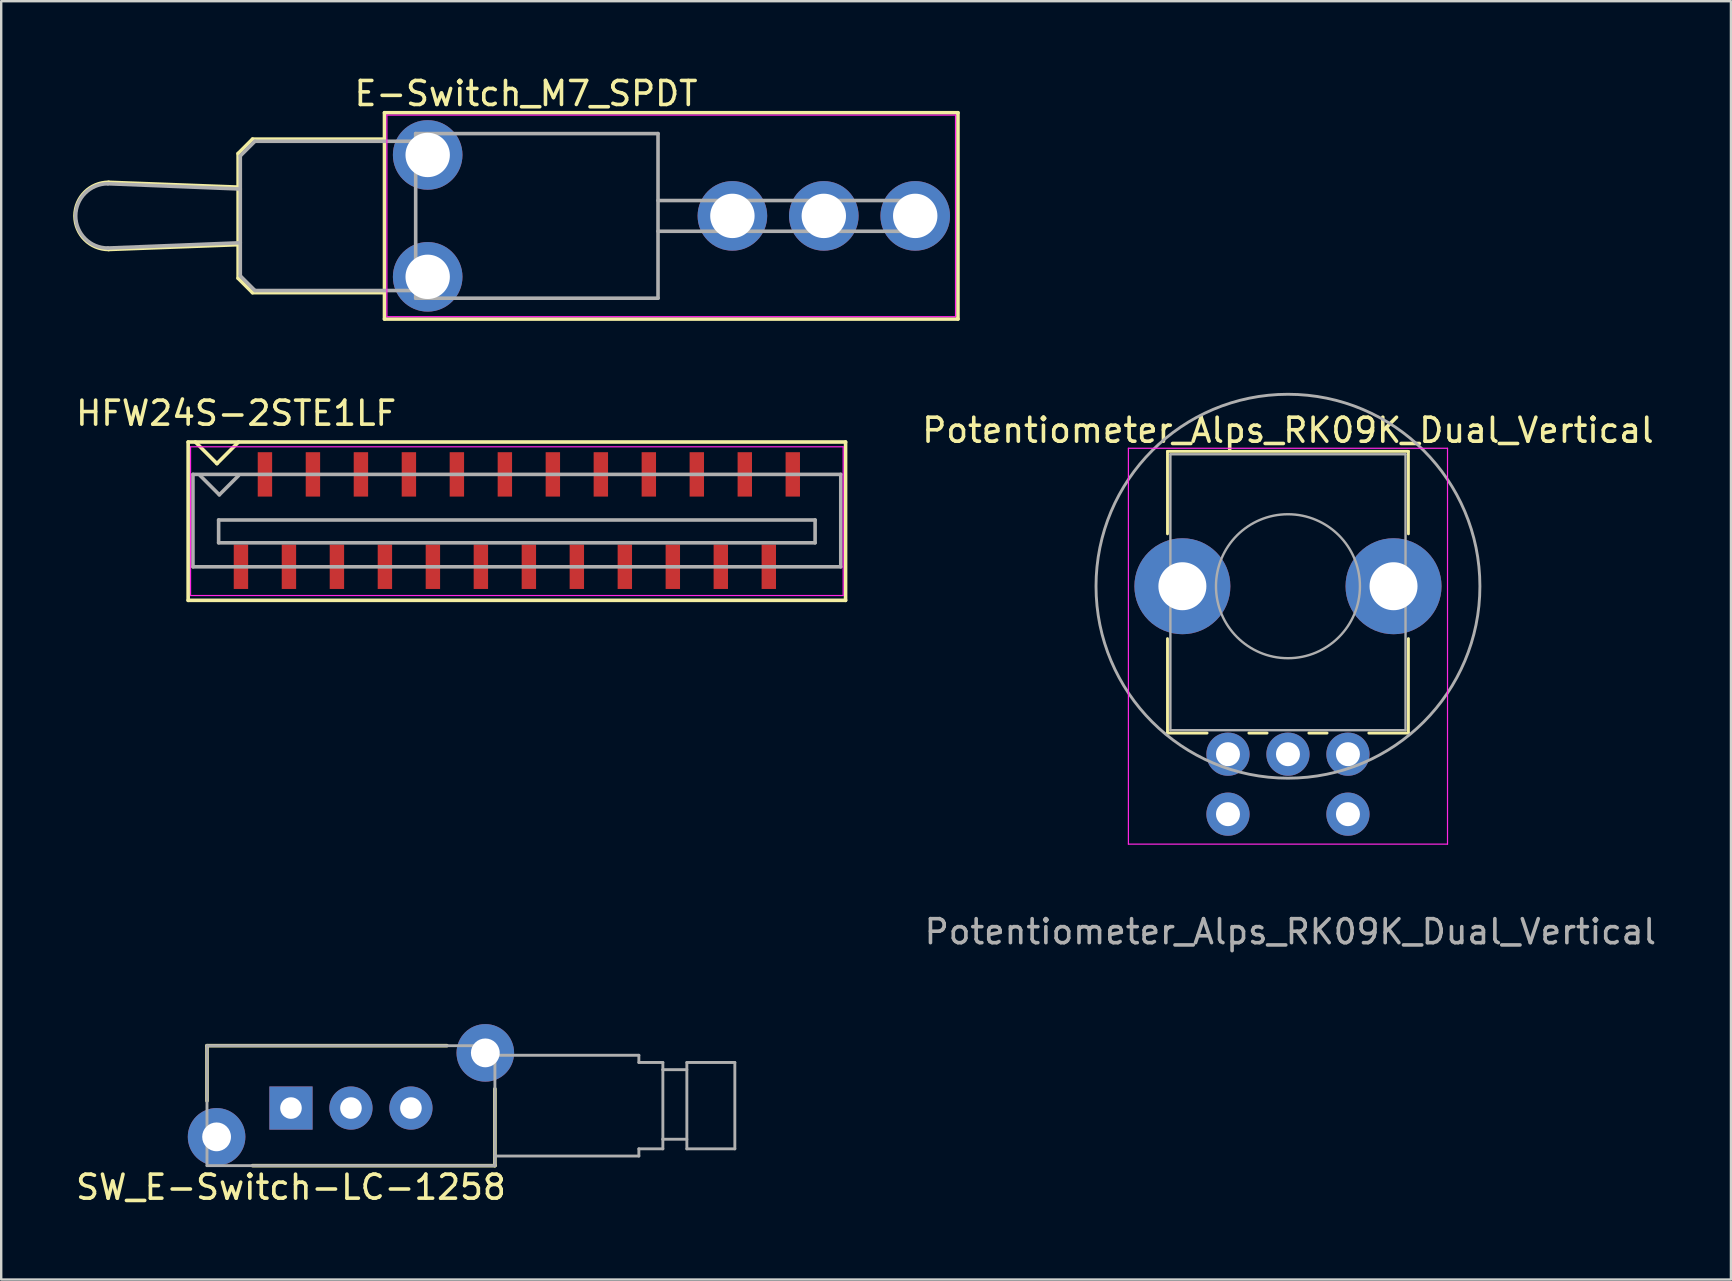
<source format=kicad_pcb>
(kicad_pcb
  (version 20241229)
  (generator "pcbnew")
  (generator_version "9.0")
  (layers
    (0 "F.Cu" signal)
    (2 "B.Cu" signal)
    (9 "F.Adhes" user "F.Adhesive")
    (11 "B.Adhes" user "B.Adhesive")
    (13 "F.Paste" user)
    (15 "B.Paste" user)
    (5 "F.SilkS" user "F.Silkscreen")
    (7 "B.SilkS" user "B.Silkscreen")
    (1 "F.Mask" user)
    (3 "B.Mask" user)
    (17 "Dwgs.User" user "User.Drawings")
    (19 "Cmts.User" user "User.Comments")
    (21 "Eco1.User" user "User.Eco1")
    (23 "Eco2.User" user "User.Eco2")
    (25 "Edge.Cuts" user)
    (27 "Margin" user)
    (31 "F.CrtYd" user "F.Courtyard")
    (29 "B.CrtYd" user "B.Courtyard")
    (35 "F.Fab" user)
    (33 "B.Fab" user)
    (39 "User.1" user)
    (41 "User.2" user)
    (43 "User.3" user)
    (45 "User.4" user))
  (footprint "E-Switch_M7_SPDT"
    (layer "F.Cu")
    (at 27.475 5.948)
    (property "Reference" "E-Switch_M7_SPDT" (at -8.6 -5.1 0) (layer "F.SilkS") (effects (font (size 1 1) (thickness 0.15))))
    (attr through_hole)
    (fp_line (start -20.6 -2.6) (end -20.6 2.6) (stroke (width 0.15) (type solid)) (layer "F.SilkS"))
    (fp_line (start -20.6 -2.6) (end -20 -3.2) (stroke (width 0.15) (type solid)) (layer "F.SilkS"))
    (fp_line (start -20.6 -1.2) (end -26 -1.4) (stroke (width 0.15) (type solid)) (layer "F.SilkS"))
    (fp_line (start -20.6 1.2) (end -26 1.4) (stroke (width 0.15) (type solid)) (layer "F.SilkS"))
    (fp_line (start -20 3.2) (end -20.6 2.6) (stroke (width 0.15) (type solid)) (layer "F.SilkS"))
    (fp_line (start -20 3.2) (end -14.5 3.2) (stroke (width 0.15) (type solid)) (layer "F.SilkS"))
    (fp_line (start -14.5 -4.3) (end 9.4 -4.3) (stroke (width 0.15) (type solid)) (layer "F.SilkS"))
    (fp_line (start -14.5 -3.2) (end -20 -3.2) (stroke (width 0.15) (type solid)) (layer "F.SilkS"))
    (fp_line (start -14.5 4.3) (end -14.5 -4.3) (stroke (width 0.15) (type solid)) (layer "F.SilkS"))
    (fp_line (start 9.4 -4.3) (end 9.4 4.3) (stroke (width 0.15) (type solid)) (layer "F.SilkS"))
    (fp_line (start 9.4 4.3) (end -14.5 4.3) (stroke (width 0.15) (type solid)) (layer "F.SilkS"))
    (fp_arc (start -26 1.4) (mid -27.4 0) (end -26 -1.4) (stroke (width 0.15) (type solid)) (layer "F.SilkS"))
    (fp_line (start -14.4 -4.2) (end -14.4 4.2) (stroke (width 0.05) (type solid)) (layer "F.CrtYd"))
    (fp_line (start -14.4 4.2) (end 9.3 4.2) (stroke (width 0.05) (type solid)) (layer "F.CrtYd"))
    (fp_line (start 9.3 -4.2) (end -14.4 -4.2) (stroke (width 0.05) (type solid)) (layer "F.CrtYd"))
    (fp_line (start 9.3 4.2) (end 9.3 -4.2) (stroke (width 0.05) (type solid)) (layer "F.CrtYd"))
    (fp_line (start -20.51 -2.5) (end -19.9 -3.11) (stroke (width 0.15) (type solid)) (layer "F.Fab"))
    (fp_line (start -20.51 -1.12) (end -26.03 -1.34) (stroke (width 0.15) (type solid)) (layer "F.Fab"))
    (fp_line (start -20.51 1.12) (end -26.03 1.34) (stroke (width 0.15) (type solid)) (layer "F.Fab"))
    (fp_line (start -20.51 2.5) (end -20.51 -2.5) (stroke (width 0.15) (type solid)) (layer "F.Fab"))
    (fp_line (start -20.51 2.5) (end -19.9 3.11) (stroke (width 0.15) (type solid)) (layer "F.Fab"))
    (fp_line (start -13.2 -3.43) (end -13.2 3.43) (stroke (width 0.15) (type solid)) (layer "F.Fab"))
    (fp_line (start -13.2 -3.11) (end -19.9 -3.11) (stroke (width 0.15) (type solid)) (layer "F.Fab"))
    (fp_line (start -13.2 3.11) (end -19.9 3.11) (stroke (width 0.15) (type solid)) (layer "F.Fab"))
    (fp_line (start -3.1 -3.43) (end -13.2 -3.43) (stroke (width 0.15) (type solid)) (layer "F.Fab"))
    (fp_line (start -3.1 -3.43) (end -3.1 3.43) (stroke (width 0.15) (type solid)) (layer "F.Fab"))
    (fp_line (start -3.1 -0.64) (end 7.8 -0.64) (stroke (width 0.15) (type solid)) (layer "F.Fab"))
    (fp_line (start -3.1 0.64) (end 7.8 0.64) (stroke (width 0.15) (type solid)) (layer "F.Fab"))
    (fp_line (start -3.1 3.43) (end -13.2 3.43) (stroke (width 0.15) (type solid)) (layer "F.Fab"))
    (fp_line (start 7.8 -0.64) (end 7.8 0.64) (stroke (width 0.15) (type solid)) (layer "F.Fab"))
    (fp_arc (start -26.03 1.34) (mid -27.37 0) (end -26.03 -1.34) (stroke (width 0.15) (type solid)) (layer "F.Fab"))
    (pad "" np_thru_hole circle (at -12.7 -2.54) (size 2.9 2.9) (drill 1.85) (layers "*.Cu" "*.Mask"))
    (pad "" np_thru_hole circle (at -12.7 2.54) (size 2.9 2.9) (drill 1.85) (layers "*.Cu" "*.Mask"))
    (pad "1" thru_hole circle (at 0 0) (size 2.9 2.9) (drill 1.85) (layers "*.Cu" "*.Mask"))
    (pad "2" thru_hole circle (at 3.81 0) (size 2.9 2.9) (drill 1.85) (layers "*.Cu" "*.Mask"))
    (pad "3" thru_hole circle (at 7.62 0) (size 2.9 2.9) (drill 1.85) (layers "*.Cu" "*.Mask")))
  (footprint "HFW24S-2STE1LF"
    (layer "F.Cu")
    (at 6.992 20.572)
    (property "Reference" "HFW24S-2STE1LF" (at -0.2 -6.4 0) (layer "F.SilkS") (effects (font (size 1 1) (thickness 0.15))))
    (attr through_hole)
    (fp_line (start -2.2 -5.2) (end -2.2 1.4) (stroke (width 0.15) (type solid)) (layer "F.SilkS"))
    (fp_line (start -2.2 1.4) (end 25.2 1.4) (stroke (width 0.15) (type solid)) (layer "F.SilkS"))
    (fp_line (start -1.9 -5.2) (end -1 -4.3) (stroke (width 0.15) (type solid)) (layer "F.SilkS"))
    (fp_line (start -1 -4.3) (end -0.1 -5.2) (stroke (width 0.15) (type solid)) (layer "F.SilkS"))
    (fp_line (start 25.2 -5.2) (end -2.2 -5.2) (stroke (width 0.15) (type solid)) (layer "F.SilkS"))
    (fp_line (start 25.2 1.4) (end 25.2 -5.2) (stroke (width 0.15) (type solid)) (layer "F.SilkS"))
    (fp_line (start -2.1 -5) (end 25.1 -5) (stroke (width 0.05) (type solid)) (layer "F.CrtYd"))
    (fp_line (start -2.1 1.2) (end -2.1 -5) (stroke (width 0.05) (type solid)) (layer "F.CrtYd"))
    (fp_line (start 25.1 -5) (end 25.1 1.2) (stroke (width 0.05) (type solid)) (layer "F.CrtYd"))
    (fp_line (start 25.1 1.2) (end -2.1 1.2) (stroke (width 0.05) (type solid)) (layer "F.CrtYd"))
    (fp_line (start -2 -3.85) (end -2 0) (stroke (width 0.15) (type solid)) (layer "F.Fab"))
    (fp_line (start -2 0) (end 25 0) (stroke (width 0.15) (type solid)) (layer "F.Fab"))
    (fp_line (start -1.7 -3.8) (end -0.9 -3) (stroke (width 0.15) (type solid)) (layer "F.Fab"))
    (fp_line (start -0.93 -1.95) (end 23.93 -1.95) (stroke (width 0.15) (type solid)) (layer "F.Fab"))
    (fp_line (start -0.93 -1) (end -0.93 -1.95) (stroke (width 0.15) (type solid)) (layer "F.Fab"))
    (fp_line (start -0.93 -1) (end 23.93 -1) (stroke (width 0.15) (type solid)) (layer "F.Fab"))
    (fp_line (start -0.9 -3) (end -0.1 -3.8) (stroke (width 0.15) (type solid)) (layer "F.Fab"))
    (fp_line (start 23.93 -1) (end 23.93 -1.95) (stroke (width 0.15) (type solid)) (layer "F.Fab"))
    (fp_line (start 25 -3.85) (end -2 -3.85) (stroke (width 0.15) (type solid)) (layer "F.Fab"))
    (fp_line (start 25 0) (end 25 -3.85) (stroke (width 0.15) (type solid)) (layer "F.Fab"))
    (pad "1" smd rect (at 0 0) (size 0.6 1.85) (layers "F.Cu" "F.Mask" "F.Paste"))
    (pad "2" smd rect (at 1 -3.85) (size 0.6 1.85) (layers "F.Cu" "F.Mask" "F.Paste"))
    (pad "3" smd rect (at 2 0) (size 0.6 1.85) (layers "F.Cu" "F.Mask" "F.Paste"))
    (pad "4" smd rect (at 3 -3.85) (size 0.6 1.85) (layers "F.Cu" "F.Mask" "F.Paste"))
    (pad "5" smd rect (at 4 0) (size 0.6 1.85) (layers "F.Cu" "F.Mask" "F.Paste"))
    (pad "6" smd rect (at 5 -3.85) (size 0.6 1.85) (layers "F.Cu" "F.Mask" "F.Paste"))
    (pad "7" smd rect (at 6 0) (size 0.6 1.85) (layers "F.Cu" "F.Mask" "F.Paste"))
    (pad "8" smd rect (at 7 -3.85) (size 0.6 1.85) (layers "F.Cu" "F.Mask" "F.Paste"))
    (pad "9" smd rect (at 8 0) (size 0.6 1.85) (layers "F.Cu" "F.Mask" "F.Paste"))
    (pad "10" smd rect (at 9 -3.85) (size 0.6 1.85) (layers "F.Cu" "F.Mask" "F.Paste"))
    (pad "11" smd rect (at 10 0) (size 0.6 1.85) (layers "F.Cu" "F.Mask" "F.Paste"))
    (pad "12" smd rect (at 11 -3.85) (size 0.6 1.85) (layers "F.Cu" "F.Mask" "F.Paste"))
    (pad "13" smd rect (at 12 0) (size 0.6 1.85) (layers "F.Cu" "F.Mask" "F.Paste"))
    (pad "14" smd rect (at 13 -3.85) (size 0.6 1.85) (layers "F.Cu" "F.Mask" "F.Paste"))
    (pad "15" smd rect (at 14 0) (size 0.6 1.85) (layers "F.Cu" "F.Mask" "F.Paste"))
    (pad "16" smd rect (at 15 -3.85) (size 0.6 1.85) (layers "F.Cu" "F.Mask" "F.Paste"))
    (pad "17" smd rect (at 16 0) (size 0.6 1.85) (layers "F.Cu" "F.Mask" "F.Paste"))
    (pad "18" smd rect (at 17 -3.85) (size 0.6 1.85) (layers "F.Cu" "F.Mask" "F.Paste"))
    (pad "19" smd rect (at 18 0) (size 0.6 1.85) (layers "F.Cu" "F.Mask" "F.Paste"))
    (pad "20" smd rect (at 19 -3.85) (size 0.6 1.85) (layers "F.Cu" "F.Mask" "F.Paste"))
    (pad "21" smd rect (at 20 0) (size 0.6 1.85) (layers "F.Cu" "F.Mask" "F.Paste"))
    (pad "22" smd rect (at 21 -3.85) (size 0.6 1.85) (layers "F.Cu" "F.Mask" "F.Paste"))
    (pad "23" smd rect (at 22 0) (size 0.6 1.85) (layers "F.Cu" "F.Mask" "F.Paste"))
    (pad "24" smd rect (at 23 -3.85) (size 0.6 1.85) (layers "F.Cu" "F.Mask" "F.Paste")))
  (footprint "SW_E-Switch-LC-1258"
    (layer "F.Cu")
    (at 9.077 43.032)
    (property "Reference" "SW_E-Switch-LC-1258" (at 0 3.4 0) (layer "F.SilkS") (effects (font (size 1 1) (thickness 0.15))))
    (attr through_hole)
    (fp_line (start -3.5 -2.5) (end 6.5 -2.5) (stroke (width 0.15) (type solid)) (layer "F.SilkS"))
    (fp_line (start -3.5 -0.2) (end -3.5 -2.5) (stroke (width 0.15) (type solid)) (layer "F.SilkS"))
    (fp_line (start 8.5 -0.7) (end 8.5 2.5) (stroke (width 0.15) (type solid)) (layer "F.SilkS"))
    (fp_line (start 8.5 2.5) (end -1.6 2.5) (stroke (width 0.15) (type solid)) (layer "F.SilkS"))
    (fp_line (start -3.5 2.5) (end -3.5 -2.5) (stroke (width 0.12) (type solid)) (layer "F.Fab"))
    (fp_line (start 8.5 -2.5) (end -3.5 -2.5) (stroke (width 0.12) (type solid)) (layer "F.Fab"))
    (fp_line (start 8.5 2.5) (end -3.5 2.5) (stroke (width 0.12) (type solid)) (layer "F.Fab"))
    (fp_line (start 8.5 2.5) (end 8.5 -2.5) (stroke (width 0.12) (type solid)) (layer "F.Fab"))
    (fp_line (start 14.5 -2.1) (end 8.5 -2.1) (stroke (width 0.12) (type solid)) (layer "F.Fab"))
    (fp_line (start 14.5 -1.8) (end 14.5 -2.1) (stroke (width 0.12) (type solid)) (layer "F.Fab"))
    (fp_line (start 14.5 1.8) (end 14.5 2.1) (stroke (width 0.12) (type solid)) (layer "F.Fab"))
    (fp_line (start 14.5 2.1) (end 8.5 2.1) (stroke (width 0.12) (type solid)) (layer "F.Fab"))
    (fp_line (start 15.5 -1.8) (end 14.5 -1.8) (stroke (width 0.12) (type solid)) (layer "F.Fab"))
    (fp_line (start 15.5 -1.5) (end 15.5 -1.8) (stroke (width 0.12) (type solid)) (layer "F.Fab"))
    (fp_line (start 15.5 -1.5) (end 15.5 1.4) (stroke (width 0.12) (type solid)) (layer "F.Fab"))
    (fp_line (start 15.5 -1.5) (end 16.5 -1.5) (stroke (width 0.12) (type solid)) (layer "F.Fab"))
    (fp_line (start 15.5 1.4) (end 15.5 1.8) (stroke (width 0.12) (type solid)) (layer "F.Fab"))
    (fp_line (start 15.5 1.4) (end 16.5 1.4) (stroke (width 0.12) (type solid)) (layer "F.Fab"))
    (fp_line (start 15.5 1.8) (end 14.5 1.8) (stroke (width 0.12) (type solid)) (layer "F.Fab"))
    (fp_line (start 16.5 -1.8) (end 16.5 1.8) (stroke (width 0.12) (type solid)) (layer "F.Fab"))
    (fp_line (start 16.5 1.8) (end 18.5 1.8) (stroke (width 0.12) (type solid)) (layer "F.Fab"))
    (fp_line (start 18.5 -1.8) (end 16.5 -1.8) (stroke (width 0.12) (type solid)) (layer "F.Fab"))
    (fp_line (start 18.5 1.8) (end 18.5 -1.8) (stroke (width 0.12) (type solid)) (layer "F.Fab"))
    (pad "" np_thru_hole circle (at -3.1 1.3) (size 2.4 2.4) (drill 1.2) (layers "*.Cu" "*.Mask"))
    (pad "" np_thru_hole circle (at 8.1 -2.2) (size 2.4 2.4) (drill 1.2) (layers "*.Cu" "*.Mask"))
    (pad "1" thru_hole rect (at 0 0.1) (size 1.8 1.8) (drill 0.9) (layers "*.Cu" "*.Mask"))
    (pad "2" thru_hole circle (at 2.5 0.1) (size 1.8 1.8) (drill 0.9) (layers "*.Cu" "*.Mask"))
    (pad "3" thru_hole circle (at 5 0.1) (size 1.8 1.8) (drill 0.9) (layers "*.Cu" "*.Mask")))
  (footprint "Potentiometer_Alps_RK09K_Dual_Vertical"
    (layer "F.Cu")
    (at 50.63 21.383)
    (property "Reference" "Potentiometer_Alps_RK09K_Dual_Vertical" (at 0 -6.5 180) (layer "F.SilkS") (effects (font (size 1 1) (thickness 0.15))))
    (attr through_hole)
    (fp_line (start -5.021 -5.62) (end 5.02 -5.62) (stroke (width 0.12) (type solid)) (layer "F.SilkS"))
    (fp_line (start -5.021 -2.184) (end -5.021 -5.62) (stroke (width 0.12) (type solid)) (layer "F.SilkS"))
    (fp_line (start -5.021 6.12) (end -5.021 2.183) (stroke (width 0.12) (type solid)) (layer "F.SilkS"))
    (fp_line (start -5.021 6.12) (end -3.371 6.12) (stroke (width 0.12) (type solid)) (layer "F.SilkS"))
    (fp_line (start -1.629 6.12) (end -0.87 6.12) (stroke (width 0.12) (type solid)) (layer "F.SilkS"))
    (fp_line (start 0.871 6.12) (end 1.63 6.12) (stroke (width 0.12) (type solid)) (layer "F.SilkS"))
    (fp_line (start 3.37 6.12) (end 5.02 6.12) (stroke (width 0.12) (type solid)) (layer "F.SilkS"))
    (fp_line (start 5.02 -2.184) (end 5.02 -5.62) (stroke (width 0.12) (type solid)) (layer "F.SilkS"))
    (fp_line (start 5.02 6.12) (end 5.02 2.183) (stroke (width 0.12) (type solid)) (layer "F.SilkS"))
    (fp_line (start -6.65 -5.75) (end -6.65 10.75) (stroke (width 0.05) (type solid)) (layer "F.CrtYd"))
    (fp_line (start -6.65 10.75) (end 6.65 10.75) (stroke (width 0.05) (type solid)) (layer "F.CrtYd"))
    (fp_line (start 6.65 -5.75) (end -6.65 -5.75) (stroke (width 0.05) (type solid)) (layer "F.CrtYd"))
    (fp_line (start 6.65 10.75) (end 6.65 -5.75) (stroke (width 0.05) (type solid)) (layer "F.CrtYd"))
    (fp_line (start -4.9 -5.5) (end -4.9 6) (stroke (width 0.1) (type solid)) (layer "F.Fab"))
    (fp_line (start -4.9 6) (end 4.9 6) (stroke (width 0.1) (type solid)) (layer "F.Fab"))
    (fp_line (start 4.9 -5.5) (end -4.9 -5.5) (stroke (width 0.1) (type solid)) (layer "F.Fab"))
    (fp_line (start 4.9 6) (end 4.9 -5.5) (stroke (width 0.1) (type solid)) (layer "F.Fab"))
    (fp_circle (center 0 0) (end 0 -3) (stroke (width 0.1) (type solid)) (fill no) (layer "F.Fab"))
    (fp_circle (center 0 0) (end 0 8) (stroke (width 0.12) (type solid)) (fill no) (layer "F.Fab"))
    (fp_text user "${REFERENCE}" (at 0.1 14.4 180) (layer "F.Fab") (effects (font (size 1 1) (thickness 0.15))))
    (pad "" np_thru_hole circle (at -4.4 0 90) (size 4 4) (drill 2) (layers "*.Cu" "*.Mask"))
    (pad "" np_thru_hole circle (at 4.4 0 90) (size 4 4) (drill 2) (layers "*.Cu" "*.Mask"))
    (pad "1" thru_hole circle (at -2.5 7 90) (size 1.8 1.8) (drill 1) (layers "*.Cu" "*.Mask"))
    (pad "2" thru_hole circle (at -2.5 9.5 90) (size 1.8 1.8) (drill 1) (layers "*.Cu" "*.Mask"))
    (pad "3" thru_hole circle (at 0 7 90) (size 1.8 1.8) (drill 1) (layers "*.Cu" "*.Mask"))
    (pad "4" thru_hole circle (at 2.5 7 90) (size 1.8 1.8) (drill 1) (layers "*.Cu" "*.Mask"))
    (pad "5" thru_hole circle (at 2.5 9.5 90) (size 1.8 1.8) (drill 1) (layers "*.Cu" "*.Mask")))
  (gr_rect
    (start -3 -3)
    (end 69.093 50.28)
    (stroke (width 0.1) (type default))
    (fill no)
    (layer "Edge.Cuts")))
</source>
